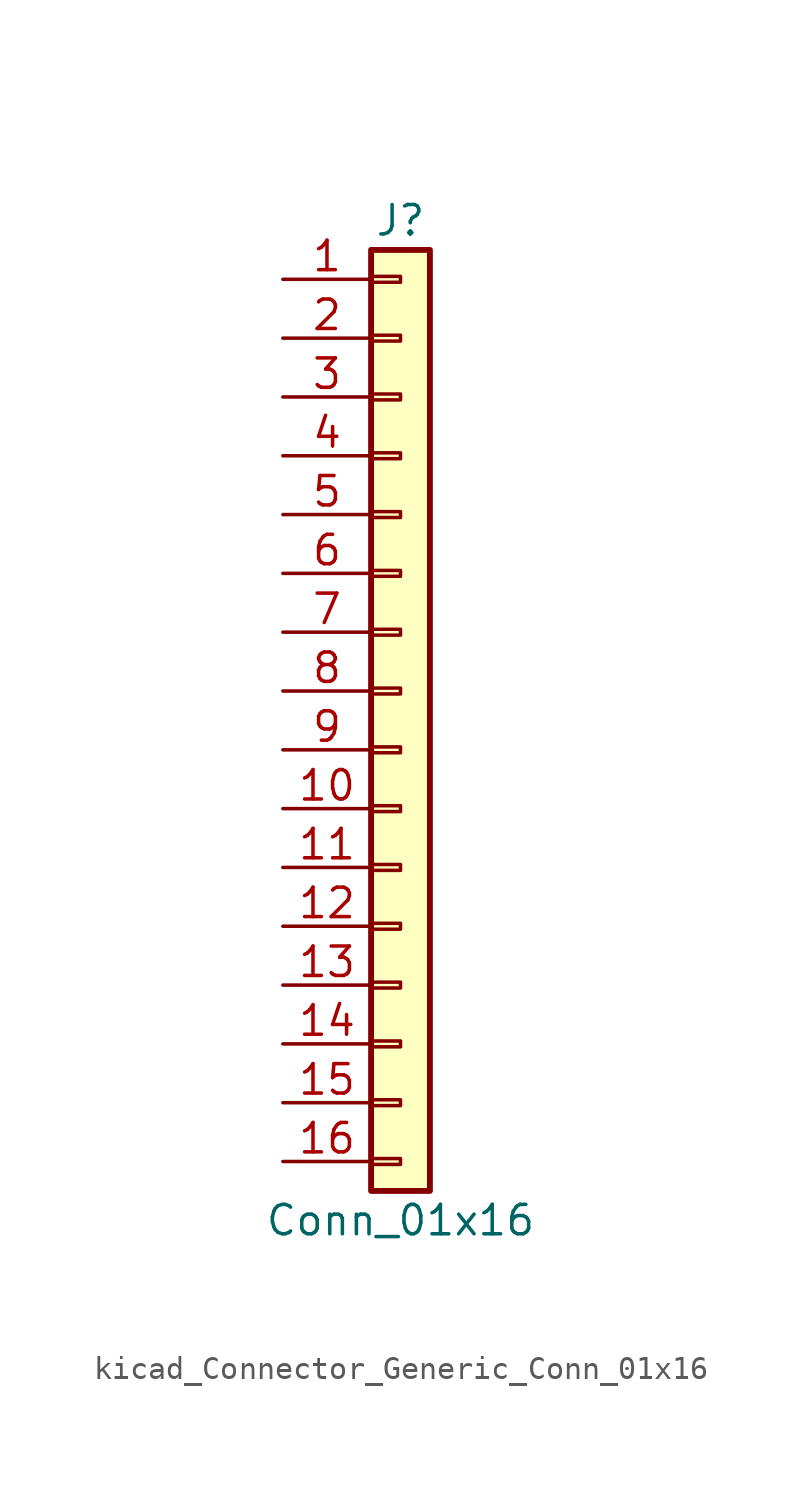
<source format=kicad_sym>
(kicad_symbol_lib
  (version 20220914)
  (generator kicad_symbol_editor)
  (symbol "kicad_Connector_Generic_Conn_01x16"
    (pin_names
      (offset 1.016) hide)
    (property "Reference" "J"
      (at 0 20.32 0)
      (effects (font (size 1.27 1.27))))
    (property "Value" "Conn_01x16"
      (at 0 -22.86 0)
      (effects (font (size 1.27 1.27))))
    (symbol "kicad_Connector_Generic_Conn_01x16_1_1"
      (rectangle (start -1.27 -20.193) (end 0 -20.447) (stroke (width 0.152) (type default)) (fill (type none)))
      (rectangle (start -1.27 -17.653) (end 0 -17.907) (stroke (width 0.152) (type default)) (fill (type none)))
      (rectangle (start -1.27 -15.113) (end 0 -15.367) (stroke (width 0.152) (type default)) (fill (type none)))
      (rectangle (start -1.27 -12.573) (end 0 -12.827) (stroke (width 0.152) (type default)) (fill (type none)))
      (rectangle (start -1.27 -10.033) (end 0 -10.287) (stroke (width 0.152) (type default)) (fill (type none)))
      (rectangle (start -1.27 -7.493) (end 0 -7.747) (stroke (width 0.152) (type default)) (fill (type none)))
      (rectangle (start -1.27 -4.953) (end 0 -5.207) (stroke (width 0.152) (type default)) (fill (type none)))
      (rectangle (start -1.27 -2.413) (end 0 -2.667) (stroke (width 0.152) (type default)) (fill (type none)))
      (rectangle (start -1.27 0.127) (end 0 -0.127) (stroke (width 0.152) (type default)) (fill (type none)))
      (rectangle (start -1.27 2.667) (end 0 2.413) (stroke (width 0.152) (type default)) (fill (type none)))
      (rectangle (start -1.27 5.207) (end 0 4.953) (stroke (width 0.152) (type default)) (fill (type none)))
      (rectangle (start -1.27 7.747) (end 0 7.493) (stroke (width 0.152) (type default)) (fill (type none)))
      (rectangle (start -1.27 10.287) (end 0 10.033) (stroke (width 0.152) (type default)) (fill (type none)))
      (rectangle (start -1.27 12.827) (end 0 12.573) (stroke (width 0.152) (type default)) (fill (type none)))
      (rectangle (start -1.27 15.367) (end 0 15.113) (stroke (width 0.152) (type default)) (fill (type none)))
      (rectangle (start -1.27 17.907) (end 0 17.653) (stroke (width 0.152) (type default)) (fill (type none)))
      (rectangle (start -1.27 19.05) (end 1.27 -21.59) (stroke (width 0.254) (type default)) (fill (type background)))
      (pin passive line (at -5.08 17.78 0) (length 3.81) (name "Pin_1" (effects (font (size 1.27 1.27)))) (number "1" (effects (font (size 1.27 1.27)))))
      (pin passive line (at -5.08 -5.08 0) (length 3.81) (name "Pin_10" (effects (font (size 1.27 1.27)))) (number "10" (effects (font (size 1.27 1.27)))))
      (pin passive line (at -5.08 -7.62 0) (length 3.81) (name "Pin_11" (effects (font (size 1.27 1.27)))) (number "11" (effects (font (size 1.27 1.27)))))
      (pin passive line (at -5.08 -10.16 0) (length 3.81) (name "Pin_12" (effects (font (size 1.27 1.27)))) (number "12" (effects (font (size 1.27 1.27)))))
      (pin passive line (at -5.08 -12.7 0) (length 3.81) (name "Pin_13" (effects (font (size 1.27 1.27)))) (number "13" (effects (font (size 1.27 1.27)))))
      (pin passive line (at -5.08 -15.24 0) (length 3.81) (name "Pin_14" (effects (font (size 1.27 1.27)))) (number "14" (effects (font (size 1.27 1.27)))))
      (pin passive line (at -5.08 -17.78 0) (length 3.81) (name "Pin_15" (effects (font (size 1.27 1.27)))) (number "15" (effects (font (size 1.27 1.27)))))
      (pin passive line (at -5.08 -20.32 0) (length 3.81) (name "Pin_16" (effects (font (size 1.27 1.27)))) (number "16" (effects (font (size 1.27 1.27)))))
      (pin passive line (at -5.08 15.24 0) (length 3.81) (name "Pin_2" (effects (font (size 1.27 1.27)))) (number "2" (effects (font (size 1.27 1.27)))))
      (pin passive line (at -5.08 12.7 0) (length 3.81) (name "Pin_3" (effects (font (size 1.27 1.27)))) (number "3" (effects (font (size 1.27 1.27)))))
      (pin passive line (at -5.08 10.16 0) (length 3.81) (name "Pin_4" (effects (font (size 1.27 1.27)))) (number "4" (effects (font (size 1.27 1.27)))))
      (pin passive line (at -5.08 7.62 0) (length 3.81) (name "Pin_5" (effects (font (size 1.27 1.27)))) (number "5" (effects (font (size 1.27 1.27)))))
      (pin passive line (at -5.08 5.08 0) (length 3.81) (name "Pin_6" (effects (font (size 1.27 1.27)))) (number "6" (effects (font (size 1.27 1.27)))))
      (pin passive line (at -5.08 2.54 0) (length 3.81) (name "Pin_7" (effects (font (size 1.27 1.27)))) (number "7" (effects (font (size 1.27 1.27)))))
      (pin passive line (at -5.08 0 0) (length 3.81) (name "Pin_8" (effects (font (size 1.27 1.27)))) (number "8" (effects (font (size 1.27 1.27)))))
      (pin passive line (at -5.08 -2.54 0) (length 3.81) (name "Pin_9" (effects (font (size 1.27 1.27)))) (number "9" (effects (font (size 1.27 1.27))))))))
</source>
